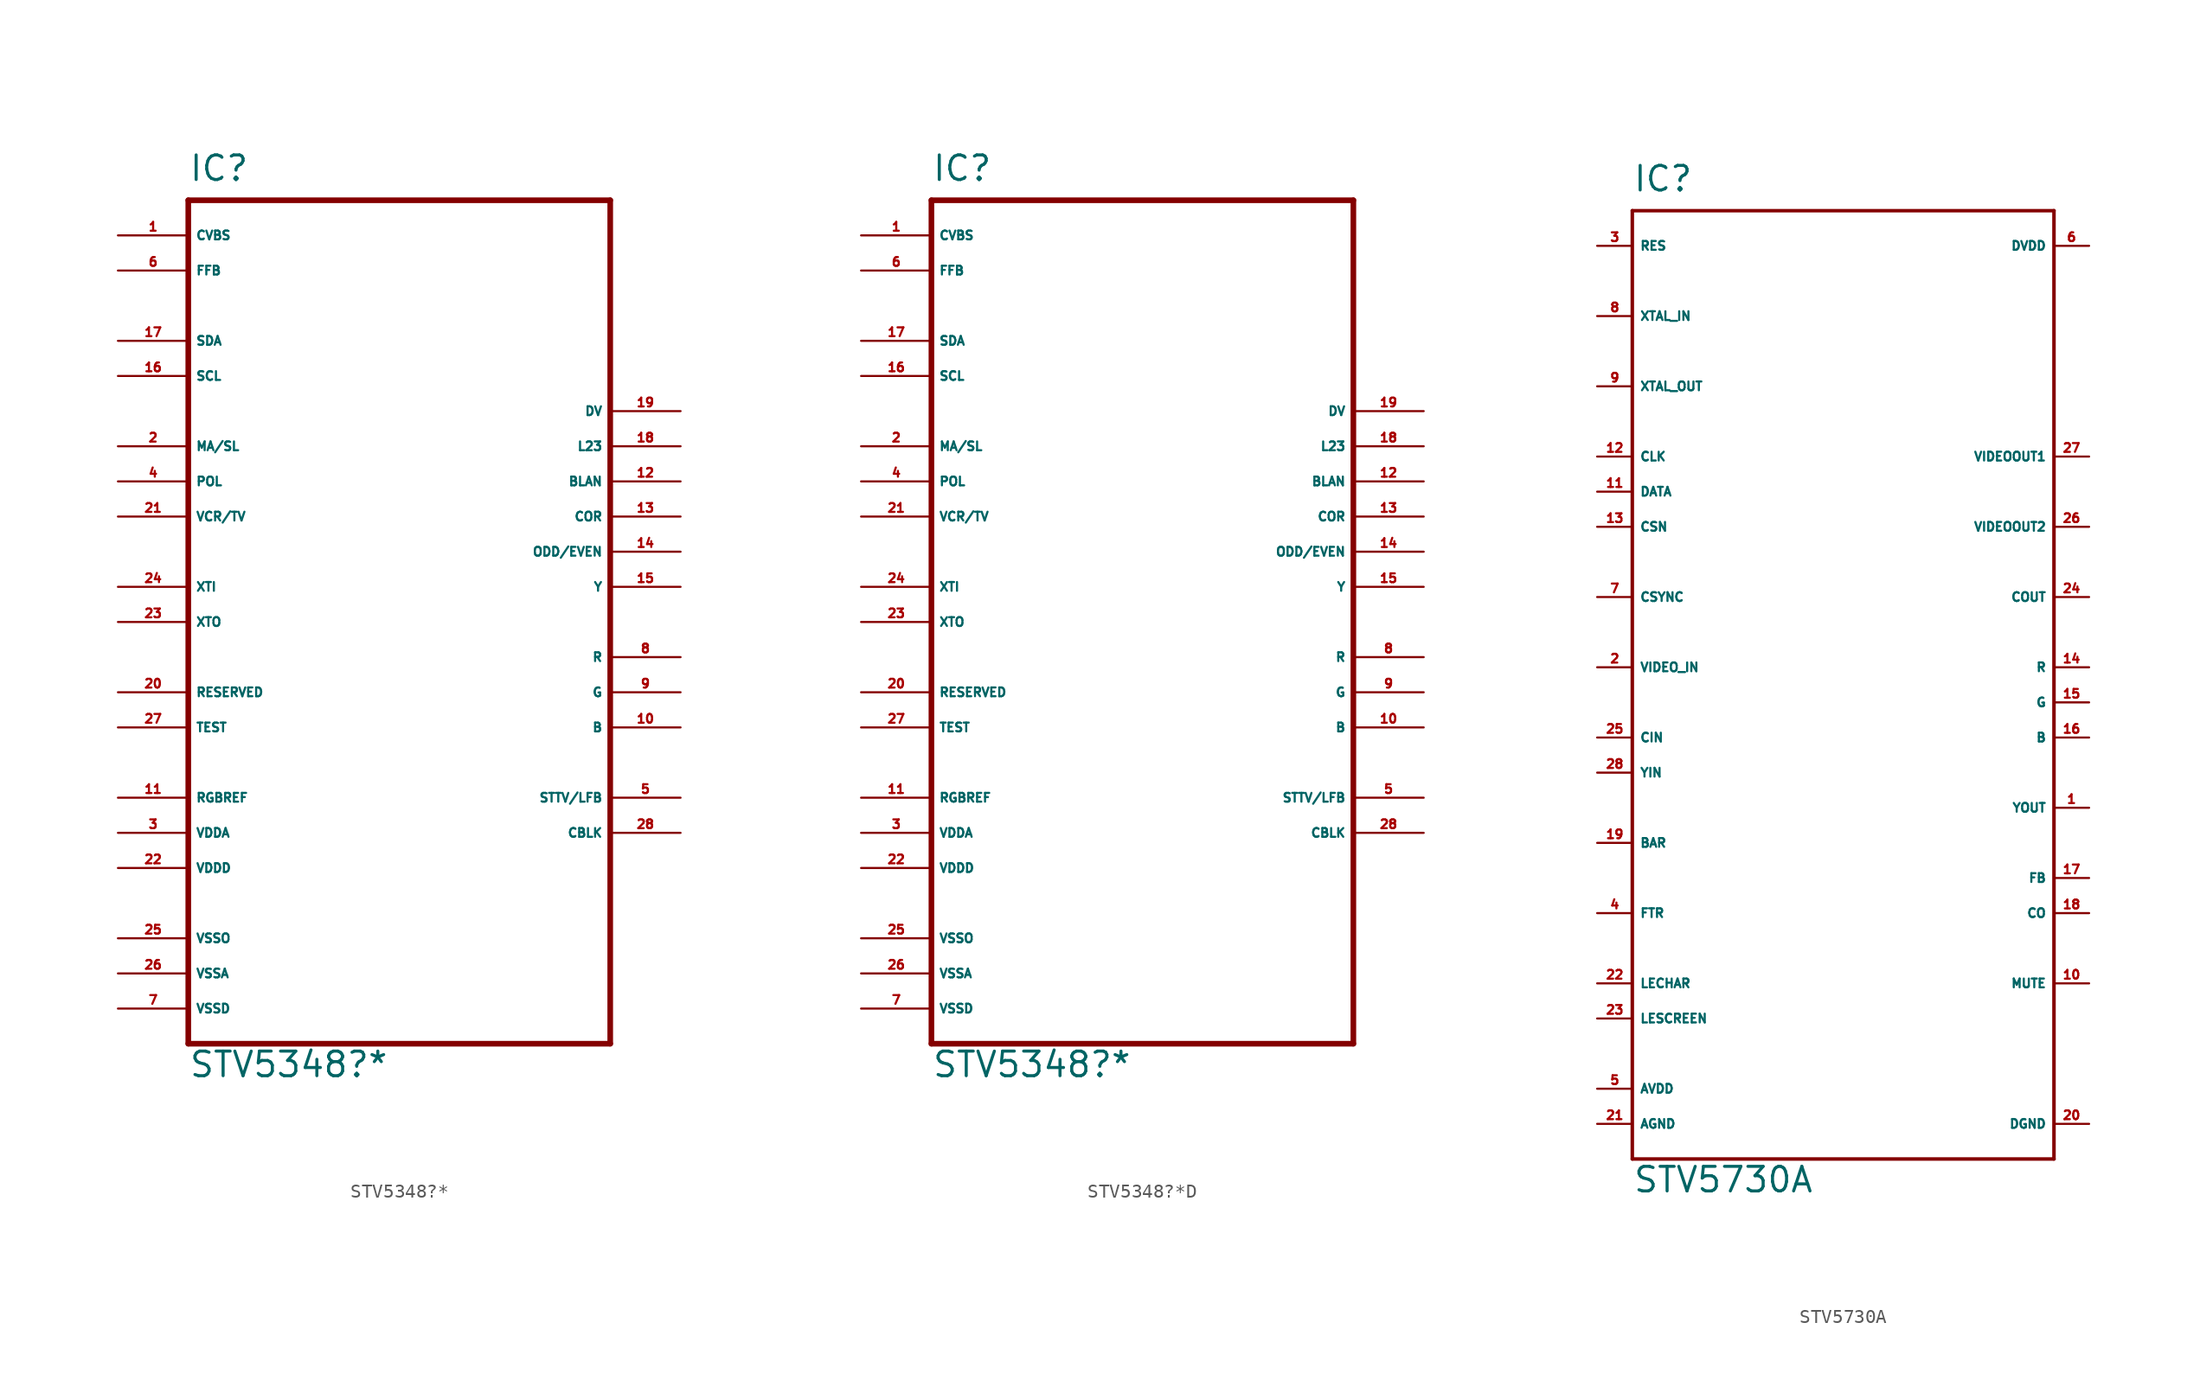
<source format=kicad_sym>
(kicad_symbol_lib
  (version 20220914)
  (generator Eagle2Kicad)
  (symbol "STV5348?*"
    (property "Reference" "IC"
      (at -15.24 31.75 0)
      (effects (font (size 1.778 1.778) (thickness 0.22)) (justify left bottom)))
    (property "Value" "STV5348?*"
      (at -15.24 -33.02 0)
      (effects (font (size 1.778 1.778) (thickness 0.22)) (justify left bottom)))
    (polyline
      (pts (xy -15.24 30.48) (xy 15.24 30.48))
      (stroke (width 0.406) (type default))
      (fill (type none)))
    (polyline
      (pts (xy 15.24 30.48) (xy 15.24 -30.48))
      (stroke (width 0.406) (type default))
      (fill (type none)))
    (polyline
      (pts (xy 15.24 -30.48) (xy -15.24 -30.48))
      (stroke (width 0.406) (type default))
      (fill (type none)))
    (polyline
      (pts (xy -15.24 -30.48) (xy -15.24 30.48))
      (stroke (width 0.406) (type default))
      (fill (type none)))
    (pin unspecified line
      (at -20.32 -27.94 0)
      (length 5.08)
      (name "VSSD" (effects (font (size 0.635 0.635) (thickness 0.08)) (justify left bottom)))
      (number "7" (effects (font (size 0.635 0.635) (thickness 0.08)) (justify left bottom))))
    (pin unspecified line
      (at -20.32 -25.4 0)
      (length 5.08)
      (name "VSSA" (effects (font (size 0.635 0.635) (thickness 0.08)) (justify left bottom)))
      (number "26" (effects (font (size 0.635 0.635) (thickness 0.08)) (justify left bottom))))
    (pin unspecified line
      (at -20.32 -22.86 0)
      (length 5.08)
      (name "VSSO" (effects (font (size 0.635 0.635) (thickness 0.08)) (justify left bottom)))
      (number "25" (effects (font (size 0.635 0.635) (thickness 0.08)) (justify left bottom))))
    (pin unspecified line
      (at -20.32 -17.78 0)
      (length 5.08)
      (name "VDDD" (effects (font (size 0.635 0.635) (thickness 0.08)) (justify left bottom)))
      (number "22" (effects (font (size 0.635 0.635) (thickness 0.08)) (justify left bottom))))
    (pin unspecified line
      (at -20.32 -15.24 0)
      (length 5.08)
      (name "VDDA" (effects (font (size 0.635 0.635) (thickness 0.08)) (justify left bottom)))
      (number "3" (effects (font (size 0.635 0.635) (thickness 0.08)) (justify left bottom))))
    (pin passive line
      (at -20.32 -7.62 0)
      (length 5.08)
      (name "TEST" (effects (font (size 0.635 0.635) (thickness 0.08)) (justify left bottom)))
      (number "27" (effects (font (size 0.635 0.635) (thickness 0.08)) (justify left bottom))))
    (pin passive line
      (at -20.32 -5.08 0)
      (length 5.08)
      (name "RESERVED" (effects (font (size 0.635 0.635) (thickness 0.08)) (justify left bottom)))
      (number "20" (effects (font (size 0.635 0.635) (thickness 0.08)) (justify left bottom))))
    (pin output line
      (at -20.32 0 0)
      (length 5.08)
      (name "XTO" (effects (font (size 0.635 0.635) (thickness 0.08)) (justify left bottom)))
      (number "23" (effects (font (size 0.635 0.635) (thickness 0.08)) (justify left bottom))))
    (pin output line
      (at 20.32 -7.62 180)
      (length 5.08)
      (name "B" (effects (font (size 0.635 0.635) (thickness 0.08)) (justify left bottom)))
      (number "10" (effects (font (size 0.635 0.635) (thickness 0.08)) (justify left bottom))))
    (pin output line
      (at 20.32 -5.08 180)
      (length 5.08)
      (name "G" (effects (font (size 0.635 0.635) (thickness 0.08)) (justify left bottom)))
      (number "9" (effects (font (size 0.635 0.635) (thickness 0.08)) (justify left bottom))))
    (pin output line
      (at 20.32 -2.54 180)
      (length 5.08)
      (name "R" (effects (font (size 0.635 0.635) (thickness 0.08)) (justify left bottom)))
      (number "8" (effects (font (size 0.635 0.635) (thickness 0.08)) (justify left bottom))))
    (pin open_collector line
      (at 20.32 2.54 180)
      (length 5.08)
      (name "Y" (effects (font (size 0.635 0.635) (thickness 0.08)) (justify left bottom)))
      (number "15" (effects (font (size 0.635 0.635) (thickness 0.08)) (justify left bottom))))
    (pin output line
      (at 20.32 5.08 180)
      (length 5.08)
      (name "ODD/EVEN" (effects (font (size 0.635 0.635) (thickness 0.08)) (justify left bottom)))
      (number "14" (effects (font (size 0.635 0.635) (thickness 0.08)) (justify left bottom))))
    (pin open_collector line
      (at 20.32 7.62 180)
      (length 5.08)
      (name "COR" (effects (font (size 0.635 0.635) (thickness 0.08)) (justify left bottom)))
      (number "13" (effects (font (size 0.635 0.635) (thickness 0.08)) (justify left bottom))))
    (pin output line
      (at 20.32 10.16 180)
      (length 5.08)
      (name "BLAN" (effects (font (size 0.635 0.635) (thickness 0.08)) (justify left bottom)))
      (number "12" (effects (font (size 0.635 0.635) (thickness 0.08)) (justify left bottom))))
    (pin output line
      (at 20.32 12.7 180)
      (length 5.08)
      (name "L23" (effects (font (size 0.635 0.635) (thickness 0.08)) (justify left bottom)))
      (number "18" (effects (font (size 0.635 0.635) (thickness 0.08)) (justify left bottom))))
    (pin output line
      (at 20.32 15.24 180)
      (length 5.08)
      (name "DV" (effects (font (size 0.635 0.635) (thickness 0.08)) (justify left bottom)))
      (number "19" (effects (font (size 0.635 0.635) (thickness 0.08)) (justify left bottom))))
    (pin input line
      (at -20.32 2.54 0)
      (length 5.08)
      (name "XTI" (effects (font (size 0.635 0.635) (thickness 0.08)) (justify left bottom)))
      (number "24" (effects (font (size 0.635 0.635) (thickness 0.08)) (justify left bottom))))
    (pin unspecified line
      (at -20.32 -12.7 0)
      (length 5.08)
      (name "RGBREF" (effects (font (size 0.635 0.635) (thickness 0.08)) (justify left bottom)))
      (number "11" (effects (font (size 0.635 0.635) (thickness 0.08)) (justify left bottom))))
    (pin bidirectional line
      (at 20.32 -12.7 180)
      (length 5.08)
      (name "STTV/LFB" (effects (font (size 0.635 0.635) (thickness 0.08)) (justify left bottom)))
      (number "5" (effects (font (size 0.635 0.635) (thickness 0.08)) (justify left bottom))))
    (pin input line
      (at -20.32 7.62 0)
      (length 5.08)
      (name "VCR/TV" (effects (font (size 0.635 0.635) (thickness 0.08)) (justify left bottom)))
      (number "21" (effects (font (size 0.635 0.635) (thickness 0.08)) (justify left bottom))))
    (pin input line
      (at -20.32 10.16 0)
      (length 5.08)
      (name "POL" (effects (font (size 0.635 0.635) (thickness 0.08)) (justify left bottom)))
      (number "4" (effects (font (size 0.635 0.635) (thickness 0.08)) (justify left bottom))))
    (pin input line
      (at -20.32 12.7 0)
      (length 5.08)
      (name "MA/SL" (effects (font (size 0.635 0.635) (thickness 0.08)) (justify left bottom)))
      (number "2" (effects (font (size 0.635 0.635) (thickness 0.08)) (justify left bottom))))
    (pin bidirectional line
      (at 20.32 -15.24 180)
      (length 5.08)
      (name "CBLK" (effects (font (size 0.635 0.635) (thickness 0.08)) (justify left bottom)))
      (number "28" (effects (font (size 0.635 0.635) (thickness 0.08)) (justify left bottom))))
    (pin input line
      (at -20.32 27.94 0)
      (length 5.08)
      (name "CVBS" (effects (font (size 0.635 0.635) (thickness 0.08)) (justify left bottom)))
      (number "1" (effects (font (size 0.635 0.635) (thickness 0.08)) (justify left bottom))))
    (pin input line
      (at -20.32 17.78 0)
      (length 5.08)
      (name "SCL" (effects (font (size 0.635 0.635) (thickness 0.08)) (justify left bottom)))
      (number "16" (effects (font (size 0.635 0.635) (thickness 0.08)) (justify left bottom))))
    (pin bidirectional line
      (at -20.32 20.32 0)
      (length 5.08)
      (name "SDA" (effects (font (size 0.635 0.635) (thickness 0.08)) (justify left bottom)))
      (number "17" (effects (font (size 0.635 0.635) (thickness 0.08)) (justify left bottom))))
    (pin input line
      (at -20.32 25.4 0)
      (length 5.08)
      (name "FFB" (effects (font (size 0.635 0.635) (thickness 0.08)) (justify left bottom)))
      (number "6" (effects (font (size 0.635 0.635) (thickness 0.08)) (justify left bottom)))))
  (symbol "STV5348?*D"
    (property "Reference" "IC"
      (at -15.24 31.75 0)
      (effects (font (size 1.778 1.778) (thickness 0.22)) (justify left bottom)))
    (property "Value" "STV5348?*"
      (at -15.24 -33.02 0)
      (effects (font (size 1.778 1.778) (thickness 0.22)) (justify left bottom)))
    (polyline
      (pts (xy -15.24 30.48) (xy 15.24 30.48))
      (stroke (width 0.406) (type default))
      (fill (type none)))
    (polyline
      (pts (xy 15.24 30.48) (xy 15.24 -30.48))
      (stroke (width 0.406) (type default))
      (fill (type none)))
    (polyline
      (pts (xy 15.24 -30.48) (xy -15.24 -30.48))
      (stroke (width 0.406) (type default))
      (fill (type none)))
    (polyline
      (pts (xy -15.24 -30.48) (xy -15.24 30.48))
      (stroke (width 0.406) (type default))
      (fill (type none)))
    (pin unspecified line
      (at -20.32 -27.94 0)
      (length 5.08)
      (name "VSSD" (effects (font (size 0.635 0.635) (thickness 0.08)) (justify left bottom)))
      (number "7" (effects (font (size 0.635 0.635) (thickness 0.08)) (justify left bottom))))
    (pin unspecified line
      (at -20.32 -25.4 0)
      (length 5.08)
      (name "VSSA" (effects (font (size 0.635 0.635) (thickness 0.08)) (justify left bottom)))
      (number "26" (effects (font (size 0.635 0.635) (thickness 0.08)) (justify left bottom))))
    (pin unspecified line
      (at -20.32 -22.86 0)
      (length 5.08)
      (name "VSSO" (effects (font (size 0.635 0.635) (thickness 0.08)) (justify left bottom)))
      (number "25" (effects (font (size 0.635 0.635) (thickness 0.08)) (justify left bottom))))
    (pin unspecified line
      (at -20.32 -17.78 0)
      (length 5.08)
      (name "VDDD" (effects (font (size 0.635 0.635) (thickness 0.08)) (justify left bottom)))
      (number "22" (effects (font (size 0.635 0.635) (thickness 0.08)) (justify left bottom))))
    (pin unspecified line
      (at -20.32 -15.24 0)
      (length 5.08)
      (name "VDDA" (effects (font (size 0.635 0.635) (thickness 0.08)) (justify left bottom)))
      (number "3" (effects (font (size 0.635 0.635) (thickness 0.08)) (justify left bottom))))
    (pin passive line
      (at -20.32 -7.62 0)
      (length 5.08)
      (name "TEST" (effects (font (size 0.635 0.635) (thickness 0.08)) (justify left bottom)))
      (number "27" (effects (font (size 0.635 0.635) (thickness 0.08)) (justify left bottom))))
    (pin passive line
      (at -20.32 -5.08 0)
      (length 5.08)
      (name "RESERVED" (effects (font (size 0.635 0.635) (thickness 0.08)) (justify left bottom)))
      (number "20" (effects (font (size 0.635 0.635) (thickness 0.08)) (justify left bottom))))
    (pin output line
      (at -20.32 0 0)
      (length 5.08)
      (name "XTO" (effects (font (size 0.635 0.635) (thickness 0.08)) (justify left bottom)))
      (number "23" (effects (font (size 0.635 0.635) (thickness 0.08)) (justify left bottom))))
    (pin output line
      (at 20.32 -7.62 180)
      (length 5.08)
      (name "B" (effects (font (size 0.635 0.635) (thickness 0.08)) (justify left bottom)))
      (number "10" (effects (font (size 0.635 0.635) (thickness 0.08)) (justify left bottom))))
    (pin output line
      (at 20.32 -5.08 180)
      (length 5.08)
      (name "G" (effects (font (size 0.635 0.635) (thickness 0.08)) (justify left bottom)))
      (number "9" (effects (font (size 0.635 0.635) (thickness 0.08)) (justify left bottom))))
    (pin output line
      (at 20.32 -2.54 180)
      (length 5.08)
      (name "R" (effects (font (size 0.635 0.635) (thickness 0.08)) (justify left bottom)))
      (number "8" (effects (font (size 0.635 0.635) (thickness 0.08)) (justify left bottom))))
    (pin open_collector line
      (at 20.32 2.54 180)
      (length 5.08)
      (name "Y" (effects (font (size 0.635 0.635) (thickness 0.08)) (justify left bottom)))
      (number "15" (effects (font (size 0.635 0.635) (thickness 0.08)) (justify left bottom))))
    (pin output line
      (at 20.32 5.08 180)
      (length 5.08)
      (name "ODD/EVEN" (effects (font (size 0.635 0.635) (thickness 0.08)) (justify left bottom)))
      (number "14" (effects (font (size 0.635 0.635) (thickness 0.08)) (justify left bottom))))
    (pin open_collector line
      (at 20.32 7.62 180)
      (length 5.08)
      (name "COR" (effects (font (size 0.635 0.635) (thickness 0.08)) (justify left bottom)))
      (number "13" (effects (font (size 0.635 0.635) (thickness 0.08)) (justify left bottom))))
    (pin output line
      (at 20.32 10.16 180)
      (length 5.08)
      (name "BLAN" (effects (font (size 0.635 0.635) (thickness 0.08)) (justify left bottom)))
      (number "12" (effects (font (size 0.635 0.635) (thickness 0.08)) (justify left bottom))))
    (pin output line
      (at 20.32 12.7 180)
      (length 5.08)
      (name "L23" (effects (font (size 0.635 0.635) (thickness 0.08)) (justify left bottom)))
      (number "18" (effects (font (size 0.635 0.635) (thickness 0.08)) (justify left bottom))))
    (pin output line
      (at 20.32 15.24 180)
      (length 5.08)
      (name "DV" (effects (font (size 0.635 0.635) (thickness 0.08)) (justify left bottom)))
      (number "19" (effects (font (size 0.635 0.635) (thickness 0.08)) (justify left bottom))))
    (pin input line
      (at -20.32 2.54 0)
      (length 5.08)
      (name "XTI" (effects (font (size 0.635 0.635) (thickness 0.08)) (justify left bottom)))
      (number "24" (effects (font (size 0.635 0.635) (thickness 0.08)) (justify left bottom))))
    (pin unspecified line
      (at -20.32 -12.7 0)
      (length 5.08)
      (name "RGBREF" (effects (font (size 0.635 0.635) (thickness 0.08)) (justify left bottom)))
      (number "11" (effects (font (size 0.635 0.635) (thickness 0.08)) (justify left bottom))))
    (pin bidirectional line
      (at 20.32 -12.7 180)
      (length 5.08)
      (name "STTV/LFB" (effects (font (size 0.635 0.635) (thickness 0.08)) (justify left bottom)))
      (number "5" (effects (font (size 0.635 0.635) (thickness 0.08)) (justify left bottom))))
    (pin input line
      (at -20.32 7.62 0)
      (length 5.08)
      (name "VCR/TV" (effects (font (size 0.635 0.635) (thickness 0.08)) (justify left bottom)))
      (number "21" (effects (font (size 0.635 0.635) (thickness 0.08)) (justify left bottom))))
    (pin input line
      (at -20.32 10.16 0)
      (length 5.08)
      (name "POL" (effects (font (size 0.635 0.635) (thickness 0.08)) (justify left bottom)))
      (number "4" (effects (font (size 0.635 0.635) (thickness 0.08)) (justify left bottom))))
    (pin input line
      (at -20.32 12.7 0)
      (length 5.08)
      (name "MA/SL" (effects (font (size 0.635 0.635) (thickness 0.08)) (justify left bottom)))
      (number "2" (effects (font (size 0.635 0.635) (thickness 0.08)) (justify left bottom))))
    (pin bidirectional line
      (at 20.32 -15.24 180)
      (length 5.08)
      (name "CBLK" (effects (font (size 0.635 0.635) (thickness 0.08)) (justify left bottom)))
      (number "28" (effects (font (size 0.635 0.635) (thickness 0.08)) (justify left bottom))))
    (pin input line
      (at -20.32 27.94 0)
      (length 5.08)
      (name "CVBS" (effects (font (size 0.635 0.635) (thickness 0.08)) (justify left bottom)))
      (number "1" (effects (font (size 0.635 0.635) (thickness 0.08)) (justify left bottom))))
    (pin input line
      (at -20.32 17.78 0)
      (length 5.08)
      (name "SCL" (effects (font (size 0.635 0.635) (thickness 0.08)) (justify left bottom)))
      (number "16" (effects (font (size 0.635 0.635) (thickness 0.08)) (justify left bottom))))
    (pin bidirectional line
      (at -20.32 20.32 0)
      (length 5.08)
      (name "SDA" (effects (font (size 0.635 0.635) (thickness 0.08)) (justify left bottom)))
      (number "17" (effects (font (size 0.635 0.635) (thickness 0.08)) (justify left bottom))))
    (pin input line
      (at -20.32 25.4 0)
      (length 5.08)
      (name "FFB" (effects (font (size 0.635 0.635) (thickness 0.08)) (justify left bottom)))
      (number "6" (effects (font (size 0.635 0.635) (thickness 0.08)) (justify left bottom)))))
  (symbol "STV5730A"
    (property "Reference" "IC"
      (at -15.24 36.83 0)
      (effects (font (size 1.778 1.778) (thickness 0.22)) (justify left bottom)))
    (property "Value" "STV5730A"
      (at -15.24 -35.56 0)
      (effects (font (size 1.778 1.778) (thickness 0.22)) (justify left bottom)))
    (polyline
      (pts (xy -15.24 35.56) (xy 15.24 35.56))
      (stroke (width 0.254) (type default))
      (fill (type none)))
    (polyline
      (pts (xy 15.24 35.56) (xy 15.24 -33.02))
      (stroke (width 0.254) (type default))
      (fill (type none)))
    (polyline
      (pts (xy 15.24 -33.02) (xy -15.24 -33.02))
      (stroke (width 0.254) (type default))
      (fill (type none)))
    (polyline
      (pts (xy -15.24 -33.02) (xy -15.24 35.56))
      (stroke (width 0.254) (type default))
      (fill (type none)))
    (pin input line
      (at -17.78 33.02 0)
      (length 2.54)
      (name "RES" (effects (font (size 0.635 0.635) (thickness 0.08)) (justify left bottom)))
      (number "3" (effects (font (size 0.635 0.635) (thickness 0.08)) (justify left bottom))))
    (pin input line
      (at -17.78 27.94 0)
      (length 2.54)
      (name "XTAL_IN" (effects (font (size 0.635 0.635) (thickness 0.08)) (justify left bottom)))
      (number "8" (effects (font (size 0.635 0.635) (thickness 0.08)) (justify left bottom))))
    (pin output line
      (at -17.78 22.86 0)
      (length 2.54)
      (name "XTAL_OUT" (effects (font (size 0.635 0.635) (thickness 0.08)) (justify left bottom)))
      (number "9" (effects (font (size 0.635 0.635) (thickness 0.08)) (justify left bottom))))
    (pin bidirectional line
      (at -17.78 7.62 0)
      (length 2.54)
      (name "CSYNC" (effects (font (size 0.635 0.635) (thickness 0.08)) (justify left bottom)))
      (number "7" (effects (font (size 0.635 0.635) (thickness 0.08)) (justify left bottom))))
    (pin input line
      (at -17.78 17.78 0)
      (length 2.54)
      (name "CLK" (effects (font (size 0.635 0.635) (thickness 0.08)) (justify left bottom)))
      (number "12" (effects (font (size 0.635 0.635) (thickness 0.08)) (justify left bottom))))
    (pin input line
      (at -17.78 15.24 0)
      (length 2.54)
      (name "DATA" (effects (font (size 0.635 0.635) (thickness 0.08)) (justify left bottom)))
      (number "11" (effects (font (size 0.635 0.635) (thickness 0.08)) (justify left bottom))))
    (pin input line
      (at -17.78 12.7 0)
      (length 2.54)
      (name "CSN" (effects (font (size 0.635 0.635) (thickness 0.08)) (justify left bottom)))
      (number "13" (effects (font (size 0.635 0.635) (thickness 0.08)) (justify left bottom))))
    (pin input line
      (at -17.78 -15.24 0)
      (length 2.54)
      (name "FTR" (effects (font (size 0.635 0.635) (thickness 0.08)) (justify left bottom)))
      (number "4" (effects (font (size 0.635 0.635) (thickness 0.08)) (justify left bottom))))
    (pin unspecified line
      (at -17.78 -27.94 0)
      (length 2.54)
      (name "AVDD" (effects (font (size 0.635 0.635) (thickness 0.08)) (justify left bottom)))
      (number "5" (effects (font (size 0.635 0.635) (thickness 0.08)) (justify left bottom))))
    (pin unspecified line
      (at -17.78 -30.48 0)
      (length 2.54)
      (name "AGND" (effects (font (size 0.635 0.635) (thickness 0.08)) (justify left bottom)))
      (number "21" (effects (font (size 0.635 0.635) (thickness 0.08)) (justify left bottom))))
    (pin unspecified line
      (at 17.78 -30.48 180)
      (length 2.54)
      (name "DGND" (effects (font (size 0.635 0.635) (thickness 0.08)) (justify left bottom)))
      (number "20" (effects (font (size 0.635 0.635) (thickness 0.08)) (justify left bottom))))
    (pin unspecified line
      (at 17.78 33.02 180)
      (length 2.54)
      (name "DVDD" (effects (font (size 0.635 0.635) (thickness 0.08)) (justify left bottom)))
      (number "6" (effects (font (size 0.635 0.635) (thickness 0.08)) (justify left bottom))))
    (pin output line
      (at 17.78 -20.32 180)
      (length 2.54)
      (name "MUTE" (effects (font (size 0.635 0.635) (thickness 0.08)) (justify left bottom)))
      (number "10" (effects (font (size 0.635 0.635) (thickness 0.08)) (justify left bottom))))
    (pin input line
      (at -17.78 -20.32 0)
      (length 2.54)
      (name "LECHAR" (effects (font (size 0.635 0.635) (thickness 0.08)) (justify left bottom)))
      (number "22" (effects (font (size 0.635 0.635) (thickness 0.08)) (justify left bottom))))
    (pin input line
      (at -17.78 -22.86 0)
      (length 2.54)
      (name "LESCREEN" (effects (font (size 0.635 0.635) (thickness 0.08)) (justify left bottom)))
      (number "23" (effects (font (size 0.635 0.635) (thickness 0.08)) (justify left bottom))))
    (pin output line
      (at 17.78 -7.62 180)
      (length 2.54)
      (name "YOUT" (effects (font (size 0.635 0.635) (thickness 0.08)) (justify left bottom)))
      (number "1" (effects (font (size 0.635 0.635) (thickness 0.08)) (justify left bottom))))
    (pin output line
      (at 17.78 -15.24 180)
      (length 2.54)
      (name "CO" (effects (font (size 0.635 0.635) (thickness 0.08)) (justify left bottom)))
      (number "18" (effects (font (size 0.635 0.635) (thickness 0.08)) (justify left bottom))))
    (pin output line
      (at 17.78 -12.7 180)
      (length 2.54)
      (name "FB" (effects (font (size 0.635 0.635) (thickness 0.08)) (justify left bottom)))
      (number "17" (effects (font (size 0.635 0.635) (thickness 0.08)) (justify left bottom))))
    (pin output line
      (at 17.78 -2.54 180)
      (length 2.54)
      (name "B" (effects (font (size 0.635 0.635) (thickness 0.08)) (justify left bottom)))
      (number "16" (effects (font (size 0.635 0.635) (thickness 0.08)) (justify left bottom))))
    (pin output line
      (at 17.78 0 180)
      (length 2.54)
      (name "G" (effects (font (size 0.635 0.635) (thickness 0.08)) (justify left bottom)))
      (number "15" (effects (font (size 0.635 0.635) (thickness 0.08)) (justify left bottom))))
    (pin output line
      (at 17.78 2.54 180)
      (length 2.54)
      (name "R" (effects (font (size 0.635 0.635) (thickness 0.08)) (justify left bottom)))
      (number "14" (effects (font (size 0.635 0.635) (thickness 0.08)) (justify left bottom))))
    (pin output line
      (at 17.78 7.62 180)
      (length 2.54)
      (name "COUT" (effects (font (size 0.635 0.635) (thickness 0.08)) (justify left bottom)))
      (number "24" (effects (font (size 0.635 0.635) (thickness 0.08)) (justify left bottom))))
    (pin output line
      (at 17.78 12.7 180)
      (length 2.54)
      (name "VIDEOOUT2" (effects (font (size 0.635 0.635) (thickness 0.08)) (justify left bottom)))
      (number "26" (effects (font (size 0.635 0.635) (thickness 0.08)) (justify left bottom))))
    (pin output line
      (at 17.78 17.78 180)
      (length 2.54)
      (name "VIDEOOUT1" (effects (font (size 0.635 0.635) (thickness 0.08)) (justify left bottom)))
      (number "27" (effects (font (size 0.635 0.635) (thickness 0.08)) (justify left bottom))))
    (pin input line
      (at -17.78 -5.08 0)
      (length 2.54)
      (name "YIN" (effects (font (size 0.635 0.635) (thickness 0.08)) (justify left bottom)))
      (number "28" (effects (font (size 0.635 0.635) (thickness 0.08)) (justify left bottom))))
    (pin input line
      (at -17.78 -2.54 0)
      (length 2.54)
      (name "CIN" (effects (font (size 0.635 0.635) (thickness 0.08)) (justify left bottom)))
      (number "25" (effects (font (size 0.635 0.635) (thickness 0.08)) (justify left bottom))))
    (pin input line
      (at -17.78 2.54 0)
      (length 2.54)
      (name "VIDEO_IN" (effects (font (size 0.635 0.635) (thickness 0.08)) (justify left bottom)))
      (number "2" (effects (font (size 0.635 0.635) (thickness 0.08)) (justify left bottom))))
    (pin input line
      (at -17.78 -10.16 0)
      (length 2.54)
      (name "BAR" (effects (font (size 0.635 0.635) (thickness 0.08)) (justify left bottom)))
      (number "19" (effects (font (size 0.635 0.635) (thickness 0.08)) (justify left bottom))))))
</source>
